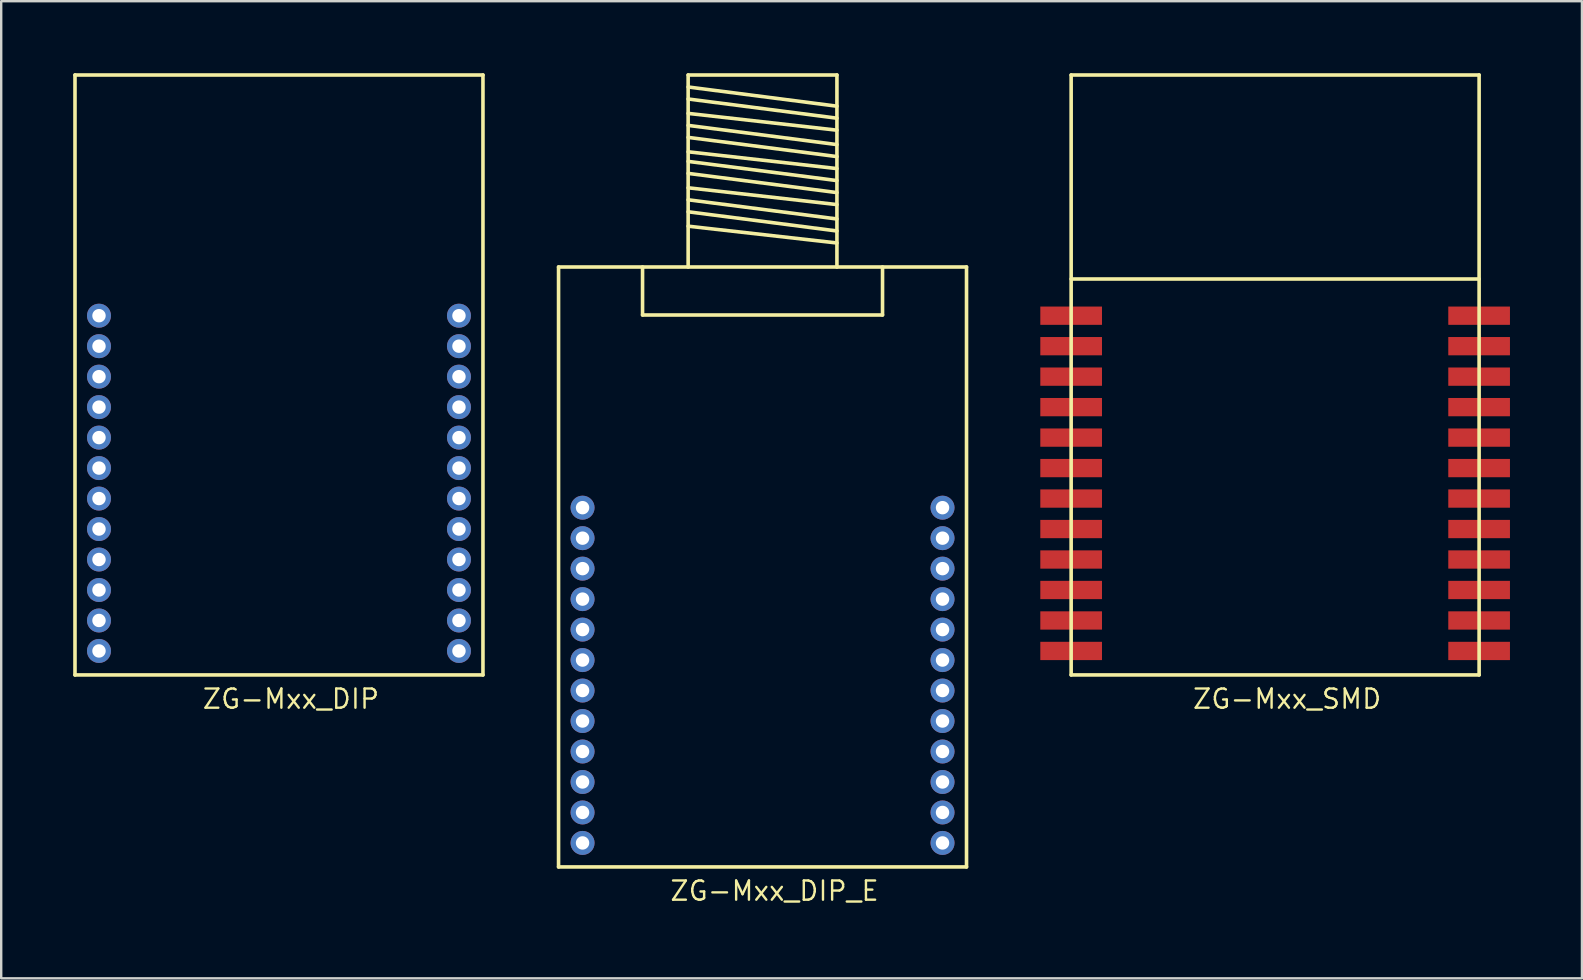
<source format=kicad_pcb>
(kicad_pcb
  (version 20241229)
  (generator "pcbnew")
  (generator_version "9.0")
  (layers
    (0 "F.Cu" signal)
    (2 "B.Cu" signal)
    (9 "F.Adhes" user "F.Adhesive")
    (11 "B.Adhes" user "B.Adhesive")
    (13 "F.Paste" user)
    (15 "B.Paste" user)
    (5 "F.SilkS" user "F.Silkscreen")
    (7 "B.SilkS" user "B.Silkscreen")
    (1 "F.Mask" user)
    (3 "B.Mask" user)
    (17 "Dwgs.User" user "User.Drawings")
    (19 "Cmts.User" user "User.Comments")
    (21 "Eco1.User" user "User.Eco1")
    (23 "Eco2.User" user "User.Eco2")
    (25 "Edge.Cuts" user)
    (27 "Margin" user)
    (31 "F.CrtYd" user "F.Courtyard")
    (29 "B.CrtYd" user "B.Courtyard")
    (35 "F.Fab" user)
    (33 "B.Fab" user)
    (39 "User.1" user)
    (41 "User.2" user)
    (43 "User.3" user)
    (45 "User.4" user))
  (footprint "ZG-Mxx_SMD"
    (layer "F.Cu")
    (at 50.085 13.075)
    (property "Reference" "ZG-Mxx_SMD" (at 0.5 13 0) (layer "F.SilkS") (effects (font (size 0.8 0.8) (thickness 0.1))))
    (attr through_hole)
    (fp_line (start -8.5 -4.5) (end 8.5 -4.5) (stroke (width 0.15) (type solid)) (layer "F.SilkS"))
    (fp_line (start -8.5 12) (end -8.5 -13) (stroke (width 0.15) (type solid)) (layer "F.SilkS"))
    (fp_line (start -8.5 12) (end 8.5 12) (stroke (width 0.15) (type solid)) (layer "F.SilkS"))
    (fp_line (start 8.5 -13) (end -8.5 -13) (stroke (width 0.15) (type solid)) (layer "F.SilkS"))
    (fp_line (start 8.5 12) (end 8.5 -13) (stroke (width 0.15) (type solid)) (layer "F.SilkS"))
    (pad "A1" smd rect (at -8.5 -2.97) (size 2.57 0.762) (layers "F.Cu" "F.Mask" "F.Paste"))
    (pad "A2" smd rect (at -8.5 -1.7) (size 2.57 0.762) (layers "F.Cu" "F.Mask" "F.Paste"))
    (pad "A3" smd rect (at -8.5 -0.43) (size 2.57 0.762) (layers "F.Cu" "F.Mask" "F.Paste"))
    (pad "A4" smd rect (at -8.5 0.84) (size 2.57 0.762) (layers "F.Cu" "F.Mask" "F.Paste"))
    (pad "A5" smd rect (at -8.5 2.11) (size 2.57 0.762) (layers "F.Cu" "F.Mask" "F.Paste"))
    (pad "A6" smd rect (at -8.5 3.38) (size 2.57 0.762) (layers "F.Cu" "F.Mask" "F.Paste"))
    (pad "A7" smd rect (at -8.5 4.65) (size 2.57 0.762) (layers "F.Cu" "F.Mask" "F.Paste"))
    (pad "A8" smd rect (at -8.5 5.92) (size 2.57 0.762) (layers "F.Cu" "F.Mask" "F.Paste"))
    (pad "A9" smd rect (at -8.5 7.19) (size 2.57 0.762) (layers "F.Cu" "F.Mask" "F.Paste"))
    (pad "A10" smd rect (at -8.5 8.46) (size 2.57 0.762) (layers "F.Cu" "F.Mask" "F.Paste"))
    (pad "A11" smd rect (at -8.5 9.73) (size 2.57 0.762) (layers "F.Cu" "F.Mask" "F.Paste"))
    (pad "A12" smd rect (at -8.5 11) (size 2.57 0.762) (layers "F.Cu" "F.Mask" "F.Paste"))
    (pad "B1" smd rect (at 8.5 -2.97) (size 2.57 0.762) (layers "F.Cu" "F.Mask" "F.Paste"))
    (pad "B2" smd rect (at 8.5 -1.7) (size 2.57 0.762) (layers "F.Cu" "F.Mask" "F.Paste"))
    (pad "B3" smd rect (at 8.5 -0.43) (size 2.57 0.762) (layers "F.Cu" "F.Mask" "F.Paste"))
    (pad "B4" smd rect (at 8.5 0.84) (size 2.57 0.762) (layers "F.Cu" "F.Mask" "F.Paste"))
    (pad "B5" smd rect (at 8.5 2.11) (size 2.57 0.762) (layers "F.Cu" "F.Mask" "F.Paste"))
    (pad "B6" smd rect (at 8.5 3.38) (size 2.57 0.762) (layers "F.Cu" "F.Mask" "F.Paste"))
    (pad "B7" smd rect (at 8.5 4.65) (size 2.57 0.762) (layers "F.Cu" "F.Mask" "F.Paste"))
    (pad "B8" smd rect (at 8.5 5.92) (size 2.57 0.762) (layers "F.Cu" "F.Mask" "F.Paste"))
    (pad "B9" smd rect (at 8.5 7.19) (size 2.57 0.762) (layers "F.Cu" "F.Mask" "F.Paste"))
    (pad "B10" smd rect (at 8.5 8.46) (size 2.57 0.762) (layers "F.Cu" "F.Mask" "F.Paste"))
    (pad "B11" smd rect (at 8.5 9.73) (size 2.57 0.762) (layers "F.Cu" "F.Mask" "F.Paste"))
    (pad "B12" smd rect (at 8.5 11) (size 2.57 0.762) (layers "F.Cu" "F.Mask" "F.Paste")))
  (footprint "ZG-Mxx_DIP_E"
    (layer "F.Cu")
    (at 28.725 19.075)
    (property "Reference" "ZG-Mxx_DIP_E" (at 0.5 15 0) (layer "F.SilkS") (effects (font (size 0.8 0.8) (thickness 0.1))))
    (attr through_hole)
    (fp_line (start -8.5 14) (end -8.5 -11) (stroke (width 0.15) (type solid)) (layer "F.SilkS"))
    (fp_line (start -8.5 14) (end 8.5 14) (stroke (width 0.15) (type solid)) (layer "F.SilkS"))
    (fp_line (start -5 -11) (end -5 -9) (stroke (width 0.15) (type solid)) (layer "F.SilkS"))
    (fp_line (start -5 -9) (end 5 -9) (stroke (width 0.15) (type solid)) (layer "F.SilkS"))
    (fp_line (start -3.1 -19) (end -3.1 -11) (stroke (width 0.15) (type solid)) (layer "F.SilkS"))
    (fp_line (start -3.1 -18.5) (end 3.1 -17.7) (stroke (width 0.15) (type solid)) (layer "F.SilkS"))
    (fp_line (start -3.1 -18) (end 3.1 -17.2) (stroke (width 0.15) (type solid)) (layer "F.SilkS"))
    (fp_line (start -3.1 -17.4) (end 3.1 -16.7) (stroke (width 0.15) (type solid)) (layer "F.SilkS"))
    (fp_line (start -3.1 -16.9) (end 3.1 -16.1) (stroke (width 0.15) (type solid)) (layer "F.SilkS"))
    (fp_line (start -3.1 -16.4) (end 3.1 -15.6) (stroke (width 0.15) (type solid)) (layer "F.SilkS"))
    (fp_line (start -3.1 -15.8) (end 3.1 -15.1) (stroke (width 0.15) (type solid)) (layer "F.SilkS"))
    (fp_line (start -3.1 -15.4) (end 3.1 -14.6) (stroke (width 0.15) (type solid)) (layer "F.SilkS"))
    (fp_line (start -3.1 -14.9) (end 3.1 -14.1) (stroke (width 0.15) (type solid)) (layer "F.SilkS"))
    (fp_line (start -3.1 -14.3) (end 3.1 -13.6) (stroke (width 0.15) (type solid)) (layer "F.SilkS"))
    (fp_line (start -3.1 -13.8) (end 3.1 -13) (stroke (width 0.15) (type solid)) (layer "F.SilkS"))
    (fp_line (start -3.1 -13.3) (end 3.1 -12.5) (stroke (width 0.15) (type solid)) (layer "F.SilkS"))
    (fp_line (start -3.1 -12.7) (end 3.1 -12) (stroke (width 0.15) (type solid)) (layer "F.SilkS"))
    (fp_line (start 3.1 -19) (end -3.1 -19) (stroke (width 0.15) (type solid)) (layer "F.SilkS"))
    (fp_line (start 3.1 -19) (end 3.1 -11) (stroke (width 0.15) (type solid)) (layer "F.SilkS"))
    (fp_line (start 5 -9) (end 5 -11) (stroke (width 0.15) (type solid)) (layer "F.SilkS"))
    (fp_line (start 8.5 -11) (end -8.5 -11) (stroke (width 0.15) (type solid)) (layer "F.SilkS"))
    (fp_line (start 8.5 14) (end 8.5 -11) (stroke (width 0.15) (type solid)) (layer "F.SilkS"))
    (pad "A1" thru_hole circle (at -7.5 -0.97) (size 1 1) (drill 0.559) (layers "*.Cu" "*.Mask"))
    (pad "A2" thru_hole circle (at -7.5 0.3) (size 1 1) (drill 0.559) (layers "*.Cu" "*.Mask"))
    (pad "A3" thru_hole circle (at -7.5 1.57) (size 1 1) (drill 0.559) (layers "*.Cu" "*.Mask"))
    (pad "A4" thru_hole circle (at -7.5 2.84) (size 1 1) (drill 0.559) (layers "*.Cu" "*.Mask"))
    (pad "A5" thru_hole circle (at -7.5 4.11) (size 1 1) (drill 0.559) (layers "*.Cu" "*.Mask"))
    (pad "A6" thru_hole circle (at -7.5 5.38) (size 1 1) (drill 0.559) (layers "*.Cu" "*.Mask"))
    (pad "A7" thru_hole circle (at -7.5 6.65) (size 1 1) (drill 0.559) (layers "*.Cu" "*.Mask"))
    (pad "A8" thru_hole circle (at -7.5 7.92) (size 1 1) (drill 0.559) (layers "*.Cu" "*.Mask"))
    (pad "A9" thru_hole circle (at -7.5 9.19) (size 1 1) (drill 0.559) (layers "*.Cu" "*.Mask"))
    (pad "A10" thru_hole circle (at -7.5 10.46) (size 1 1) (drill 0.559) (layers "*.Cu" "*.Mask"))
    (pad "A11" thru_hole circle (at -7.5 11.73) (size 1 1) (drill 0.559) (layers "*.Cu" "*.Mask"))
    (pad "A12" thru_hole circle (at -7.5 13) (size 1 1) (drill 0.559) (layers "*.Cu" "*.Mask"))
    (pad "B1" thru_hole circle (at 7.5 -0.97) (size 1 1) (drill 0.559) (layers "*.Cu" "*.Mask"))
    (pad "B2" thru_hole circle (at 7.5 0.3) (size 1 1) (drill 0.559) (layers "*.Cu" "*.Mask"))
    (pad "B3" thru_hole circle (at 7.5 1.57) (size 1 1) (drill 0.559) (layers "*.Cu" "*.Mask"))
    (pad "B4" thru_hole circle (at 7.5 2.84) (size 1 1) (drill 0.559) (layers "*.Cu" "*.Mask"))
    (pad "B5" thru_hole circle (at 7.5 4.11) (size 1 1) (drill 0.559) (layers "*.Cu" "*.Mask"))
    (pad "B6" thru_hole circle (at 7.5 5.38) (size 1 1) (drill 0.559) (layers "*.Cu" "*.Mask"))
    (pad "B7" thru_hole circle (at 7.5 6.65) (size 1 1) (drill 0.559) (layers "*.Cu" "*.Mask"))
    (pad "B8" thru_hole circle (at 7.5 7.92) (size 1 1) (drill 0.559) (layers "*.Cu" "*.Mask"))
    (pad "B9" thru_hole circle (at 7.5 9.19) (size 1 1) (drill 0.559) (layers "*.Cu" "*.Mask"))
    (pad "B10" thru_hole circle (at 7.5 10.46) (size 1 1) (drill 0.559) (layers "*.Cu" "*.Mask"))
    (pad "B11" thru_hole circle (at 7.5 11.73) (size 1 1) (drill 0.559) (layers "*.Cu" "*.Mask"))
    (pad "B12" thru_hole circle (at 7.5 13) (size 1 1) (drill 0.559) (layers "*.Cu" "*.Mask")))
  (footprint "ZG-Mxx_DIP"
    (layer "F.Cu")
    (at 8.575 13.075)
    (property "Reference" "ZG-Mxx_DIP" (at 0.5 13 0) (layer "F.SilkS") (effects (font (size 0.8 0.8) (thickness 0.1))))
    (attr through_hole)
    (fp_line (start -8.5 12) (end -8.5 -13) (stroke (width 0.15) (type solid)) (layer "F.SilkS"))
    (fp_line (start -8.5 12) (end 8.5 12) (stroke (width 0.15) (type solid)) (layer "F.SilkS"))
    (fp_line (start 8.5 -13) (end -8.5 -13) (stroke (width 0.15) (type solid)) (layer "F.SilkS"))
    (fp_line (start 8.5 12) (end 8.5 -13) (stroke (width 0.15) (type solid)) (layer "F.SilkS"))
    (pad "A1" thru_hole circle (at -7.5 -2.97) (size 1 1) (drill 0.559) (layers "*.Cu" "*.Mask"))
    (pad "A2" thru_hole circle (at -7.5 -1.7) (size 1 1) (drill 0.559) (layers "*.Cu" "*.Mask"))
    (pad "A3" thru_hole circle (at -7.5 -0.43) (size 1 1) (drill 0.559) (layers "*.Cu" "*.Mask"))
    (pad "A4" thru_hole circle (at -7.5 0.84) (size 1 1) (drill 0.559) (layers "*.Cu" "*.Mask"))
    (pad "A5" thru_hole circle (at -7.5 2.11) (size 1 1) (drill 0.559) (layers "*.Cu" "*.Mask"))
    (pad "A6" thru_hole circle (at -7.5 3.38) (size 1 1) (drill 0.559) (layers "*.Cu" "*.Mask"))
    (pad "A7" thru_hole circle (at -7.5 4.65) (size 1 1) (drill 0.559) (layers "*.Cu" "*.Mask"))
    (pad "A8" thru_hole circle (at -7.5 5.92) (size 1 1) (drill 0.559) (layers "*.Cu" "*.Mask"))
    (pad "A9" thru_hole circle (at -7.5 7.19) (size 1 1) (drill 0.559) (layers "*.Cu" "*.Mask"))
    (pad "A10" thru_hole circle (at -7.5 8.46) (size 1 1) (drill 0.559) (layers "*.Cu" "*.Mask"))
    (pad "A11" thru_hole circle (at -7.5 9.73) (size 1 1) (drill 0.559) (layers "*.Cu" "*.Mask"))
    (pad "A12" thru_hole circle (at -7.5 11) (size 1 1) (drill 0.559) (layers "*.Cu" "*.Mask"))
    (pad "B1" thru_hole circle (at 7.5 -2.97) (size 1 1) (drill 0.559) (layers "*.Cu" "*.Mask"))
    (pad "B2" thru_hole circle (at 7.5 -1.7) (size 1 1) (drill 0.559) (layers "*.Cu" "*.Mask"))
    (pad "B3" thru_hole circle (at 7.5 -0.43) (size 1 1) (drill 0.559) (layers "*.Cu" "*.Mask"))
    (pad "B4" thru_hole circle (at 7.5 0.84) (size 1 1) (drill 0.559) (layers "*.Cu" "*.Mask"))
    (pad "B5" thru_hole circle (at 7.5 2.11) (size 1 1) (drill 0.559) (layers "*.Cu" "*.Mask"))
    (pad "B6" thru_hole circle (at 7.5 3.38) (size 1 1) (drill 0.559) (layers "*.Cu" "*.Mask"))
    (pad "B7" thru_hole circle (at 7.5 4.65) (size 1 1) (drill 0.559) (layers "*.Cu" "*.Mask"))
    (pad "B8" thru_hole circle (at 7.5 5.92) (size 1 1) (drill 0.559) (layers "*.Cu" "*.Mask"))
    (pad "B9" thru_hole circle (at 7.5 7.19) (size 1 1) (drill 0.559) (layers "*.Cu" "*.Mask"))
    (pad "B10" thru_hole circle (at 7.5 8.46) (size 1 1) (drill 0.559) (layers "*.Cu" "*.Mask"))
    (pad "B11" thru_hole circle (at 7.5 9.73) (size 1 1) (drill 0.559) (layers "*.Cu" "*.Mask"))
    (pad "B12" thru_hole circle (at 7.5 11) (size 1 1) (drill 0.559) (layers "*.Cu" "*.Mask")))
  (gr_rect
    (start -3 -3)
    (end 62.87 37.718)
    (stroke (width 0.1) (type default))
    (fill no)
    (layer "Edge.Cuts")))
</source>
